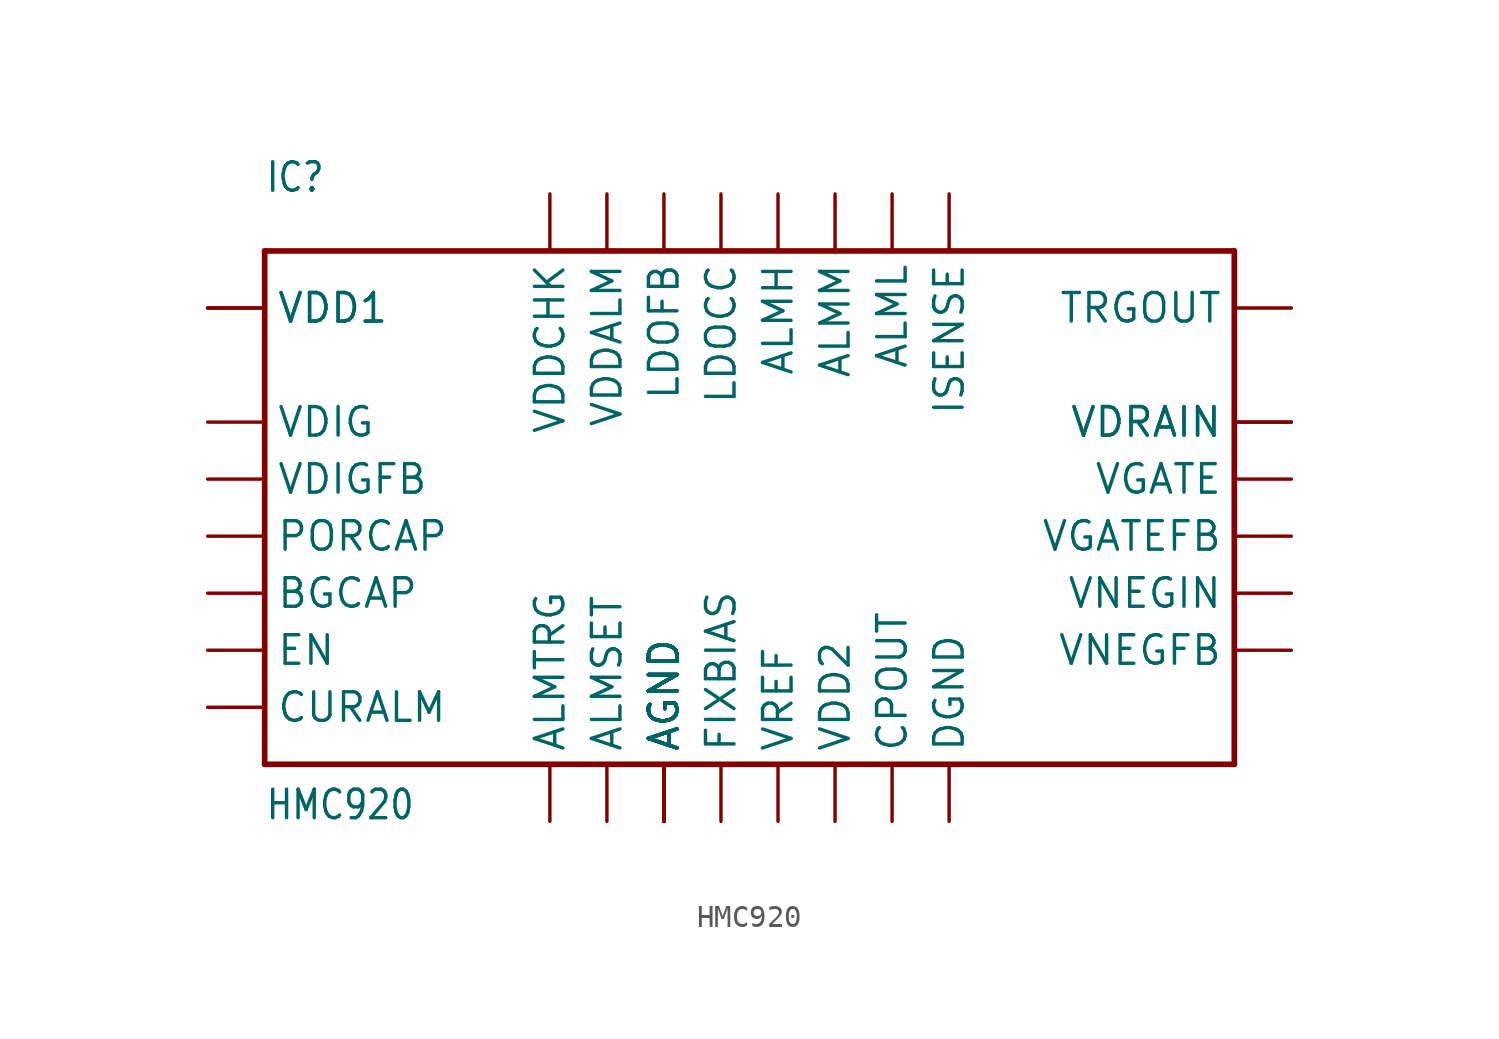
<source format=kicad_sym>
(kicad_symbol_lib
  (version 20211014)
  (generator kicad_symbol_editor)
  (symbol "HMC920"
    (property "Reference" "IC"
      (at -20.32 15.24 0)
      (effects (font (size 1.27 1.079)) (justify left bottom)))
    (property "Value" "HMC920"
      (at -20.32 -12.7 0)
      (effects (font (size 1.27 1.079)) (justify left bottom)))
    (property "ki_locked" ""
      (at 0 0 0)
      (effects (font (size 1.27 1.27))))
    (symbol "HMC920_1_0"
      (polyline (pts (xy -20.32 -10.16) (xy 22.86 -10.16)) (stroke (width 0.254) (type default) (color 0 0 0 0)) (fill (type none)))
      (polyline (pts (xy -20.32 12.7) (xy -20.32 -10.16)) (stroke (width 0.254) (type default) (color 0 0 0 0)) (fill (type none)))
      (polyline (pts (xy -20.32 12.7) (xy 22.86 12.7)) (stroke (width 0.254) (type default) (color 0 0 0 0)) (fill (type none)))
      (polyline (pts (xy 22.86 12.7) (xy 22.86 -10.16)) (stroke (width 0.254) (type default) (color 0 0 0 0)) (fill (type none)))
      (pin bidirectional line (at -22.86 10.16 0) (length 2.54) (name "VDD1" (effects (font (size 1.27 1.27)))) (number "1" (effects (font (size 0 0)))))
      (pin bidirectional line (at -5.08 -12.7 90) (length 2.54) (name "ALMSET" (effects (font (size 1.27 1.27)))) (number "10" (effects (font (size 0 0)))))
      (pin bidirectional line (at -2.54 -12.7 90) (length 2.54) (name "AGND" (effects (font (size 1.27 1.27)))) (number "11" (effects (font (size 0 0)))))
      (pin bidirectional line (at 0 -12.7 90) (length 2.54) (name "FIXBIAS" (effects (font (size 1.27 1.27)))) (number "12" (effects (font (size 0 0)))))
      (pin bidirectional line (at 2.54 -12.7 90) (length 2.54) (name "VREF" (effects (font (size 1.27 1.27)))) (number "13" (effects (font (size 0 0)))))
      (pin bidirectional line (at 5.08 -12.7 90) (length 2.54) (name "VDD2" (effects (font (size 1.27 1.27)))) (number "14" (effects (font (size 0 0)))))
      (pin bidirectional line (at 7.62 -12.7 90) (length 2.54) (name "CPOUT" (effects (font (size 1.27 1.27)))) (number "15" (effects (font (size 0 0)))))
      (pin bidirectional line (at 10.16 -12.7 90) (length 2.54) (name "DGND" (effects (font (size 1.27 1.27)))) (number "16" (effects (font (size 0 0)))))
      (pin bidirectional line (at -2.54 -12.7 90) (length 2.54) (name "AGND" (effects (font (size 1.27 1.27)))) (number "17" (effects (font (size 0 0)))))
      (pin bidirectional line (at 25.4 -5.08 180) (length 2.54) (name "VNEGFB" (effects (font (size 1.27 1.27)))) (number "18" (effects (font (size 0 0)))))
      (pin bidirectional line (at 25.4 -2.54 180) (length 2.54) (name "VNEGIN" (effects (font (size 1.27 1.27)))) (number "19" (effects (font (size 0 0)))))
      (pin bidirectional line (at -22.86 10.16 0) (length 2.54) (name "VDD1" (effects (font (size 1.27 1.27)))) (number "2" (effects (font (size 0 0)))))
      (pin bidirectional line (at 25.4 0 180) (length 2.54) (name "VGATEFB" (effects (font (size 1.27 1.27)))) (number "20" (effects (font (size 0 0)))))
      (pin bidirectional line (at 25.4 2.54 180) (length 2.54) (name "VGATE" (effects (font (size 1.27 1.27)))) (number "21" (effects (font (size 0 0)))))
      (pin bidirectional line (at 25.4 5.08 180) (length 2.54) (name "VDRAIN" (effects (font (size 1.27 1.27)))) (number "22" (effects (font (size 0 0)))))
      (pin bidirectional line (at 25.4 5.08 180) (length 2.54) (name "VDRAIN" (effects (font (size 1.27 1.27)))) (number "23" (effects (font (size 0 0)))))
      (pin bidirectional line (at 25.4 10.16 180) (length 2.54) (name "TRGOUT" (effects (font (size 1.27 1.27)))) (number "24" (effects (font (size 0 0)))))
      (pin bidirectional line (at 10.16 15.24 270) (length 2.54) (name "ISENSE" (effects (font (size 1.27 1.27)))) (number "25" (effects (font (size 0 0)))))
      (pin bidirectional line (at 7.62 15.24 270) (length 2.54) (name "ALML" (effects (font (size 1.27 1.27)))) (number "26" (effects (font (size 0 0)))))
      (pin bidirectional line (at 5.08 15.24 270) (length 2.54) (name "ALMM" (effects (font (size 1.27 1.27)))) (number "27" (effects (font (size 0 0)))))
      (pin bidirectional line (at 2.54 15.24 270) (length 2.54) (name "ALMH" (effects (font (size 1.27 1.27)))) (number "28" (effects (font (size 0 0)))))
      (pin bidirectional line (at 0 15.24 270) (length 2.54) (name "LDOCC" (effects (font (size 1.27 1.27)))) (number "29" (effects (font (size 0 0)))))
      (pin bidirectional line (at -22.86 5.08 0) (length 2.54) (name "VDIG" (effects (font (size 1.27 1.27)))) (number "3" (effects (font (size 0 0)))))
      (pin bidirectional line (at -2.54 15.24 270) (length 2.54) (name "LDOFB" (effects (font (size 1.27 1.27)))) (number "30" (effects (font (size 0 0)))))
      (pin bidirectional line (at -5.08 15.24 270) (length 2.54) (name "VDDALM" (effects (font (size 1.27 1.27)))) (number "31" (effects (font (size 0 0)))))
      (pin bidirectional line (at -7.62 15.24 270) (length 2.54) (name "VDDCHK" (effects (font (size 1.27 1.27)))) (number "32" (effects (font (size 0 0)))))
      (pin bidirectional line (at -2.54 -12.7 90) (length 2.54) (name "AGND" (effects (font (size 1.27 1.27)))) (number "33" (effects (font (size 0 0)))))
      (pin bidirectional line (at -2.54 -12.7 90) (length 2.54) (name "AGND" (effects (font (size 1.27 1.27)))) (number "34" (effects (font (size 0 0)))))
      (pin bidirectional line (at -2.54 -12.7 90) (length 2.54) (name "AGND" (effects (font (size 1.27 1.27)))) (number "35" (effects (font (size 0 0)))))
      (pin bidirectional line (at -2.54 -12.7 90) (length 2.54) (name "AGND" (effects (font (size 1.27 1.27)))) (number "36" (effects (font (size 0 0)))))
      (pin bidirectional line (at -2.54 -12.7 90) (length 2.54) (name "AGND" (effects (font (size 1.27 1.27)))) (number "37" (effects (font (size 0 0)))))
      (pin bidirectional line (at -2.54 -12.7 90) (length 2.54) (name "AGND" (effects (font (size 1.27 1.27)))) (number "38" (effects (font (size 0 0)))))
      (pin bidirectional line (at -2.54 -12.7 90) (length 2.54) (name "AGND" (effects (font (size 1.27 1.27)))) (number "39" (effects (font (size 0 0)))))
      (pin bidirectional line (at -22.86 2.54 0) (length 2.54) (name "VDIGFB" (effects (font (size 1.27 1.27)))) (number "4" (effects (font (size 0 0)))))
      (pin bidirectional line (at -2.54 -12.7 90) (length 2.54) (name "AGND" (effects (font (size 1.27 1.27)))) (number "40" (effects (font (size 0 0)))))
      (pin bidirectional line (at -2.54 -12.7 90) (length 2.54) (name "AGND" (effects (font (size 1.27 1.27)))) (number "41" (effects (font (size 0 0)))))
      (pin bidirectional line (at -2.54 -12.7 90) (length 2.54) (name "AGND" (effects (font (size 1.27 1.27)))) (number "42" (effects (font (size 0 0)))))
      (pin bidirectional line (at -22.86 0 0) (length 2.54) (name "PORCAP" (effects (font (size 1.27 1.27)))) (number "5" (effects (font (size 0 0)))))
      (pin bidirectional line (at -22.86 -2.54 0) (length 2.54) (name "BGCAP" (effects (font (size 1.27 1.27)))) (number "6" (effects (font (size 0 0)))))
      (pin bidirectional line (at -22.86 -5.08 0) (length 2.54) (name "EN" (effects (font (size 1.27 1.27)))) (number "7" (effects (font (size 0 0)))))
      (pin bidirectional line (at -22.86 -7.62 0) (length 2.54) (name "CURALM" (effects (font (size 1.27 1.27)))) (number "8" (effects (font (size 0 0)))))
      (pin bidirectional line (at -7.62 -12.7 90) (length 2.54) (name "ALMTRG" (effects (font (size 1.27 1.27)))) (number "9" (effects (font (size 0 0))))))))
</source>
